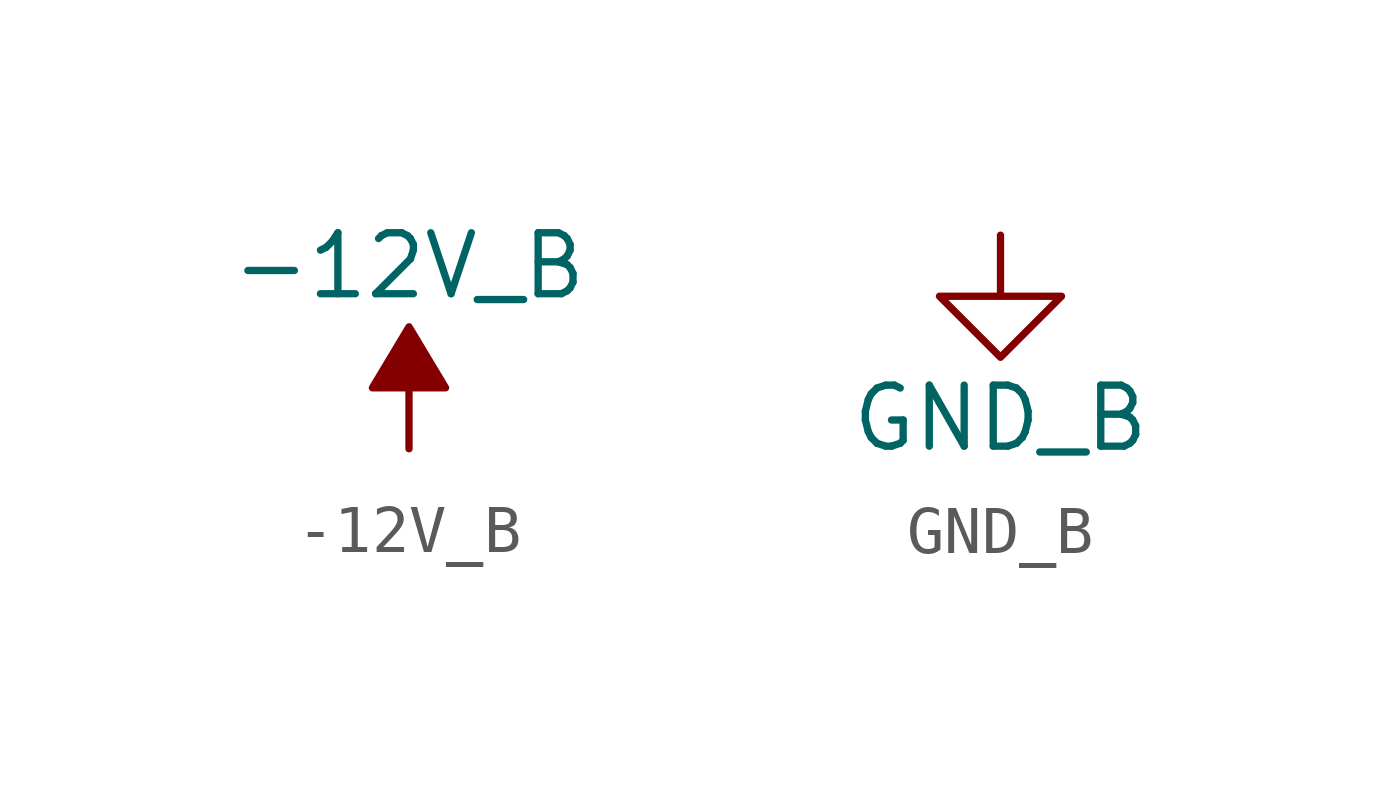
<source format=kicad_sym>
(kicad_symbol_lib
  (version 20220914)
  (generator kicad_symbol_editor)
  (symbol "-12V_B"
    (power)
    (pin_names
      (offset 0))
    (property "Reference" "#PWR"
      (at 0 2.54 0)
      (effects (font (size 1.27 1.27)) hide))
    (property "Value" "-12V_B"
      (at 0 3.81 0)
      (effects (font (size 1.27 1.27))))
    (symbol "-12V_B_0_0"
      (pin power_in line (at 0 0 90) (length 0) hide (name "-12V_B" (effects (font (size 1.27 1.27)))) (number "1" (effects (font (size 1.27 1.27))))))
    (symbol "-12V_B_0_1"
      (polyline (pts (xy 0 0) (xy 0 1.27) (xy 0.762 1.27) (xy 0 2.54) (xy -0.762 1.27) (xy 0 1.27)) (stroke (width 0) (type default)) (fill (type outline)))))
  (symbol "GND_B"
    (power)
    (pin_names
      (offset 0))
    (property "Reference" "#PWR"
      (at 0 -6.35 0)
      (effects (font (size 1.27 1.27)) hide))
    (property "Value" "GND_B"
      (at 0 -3.81 0)
      (effects (font (size 1.27 1.27))))
    (symbol "GND_B_0_1"
      (polyline (pts (xy 0 0) (xy 0 -1.27) (xy 1.27 -1.27) (xy 0 -2.54) (xy -1.27 -1.27) (xy 0 -1.27)) (stroke (width 0) (type default)) (fill (type none))))
    (symbol "GND_B_1_1"
      (pin power_in line (at 0 0 270) (length 0) hide (name "GND_B" (effects (font (size 1.27 1.27)))) (number "1" (effects (font (size 1.27 1.27))))))))
</source>
